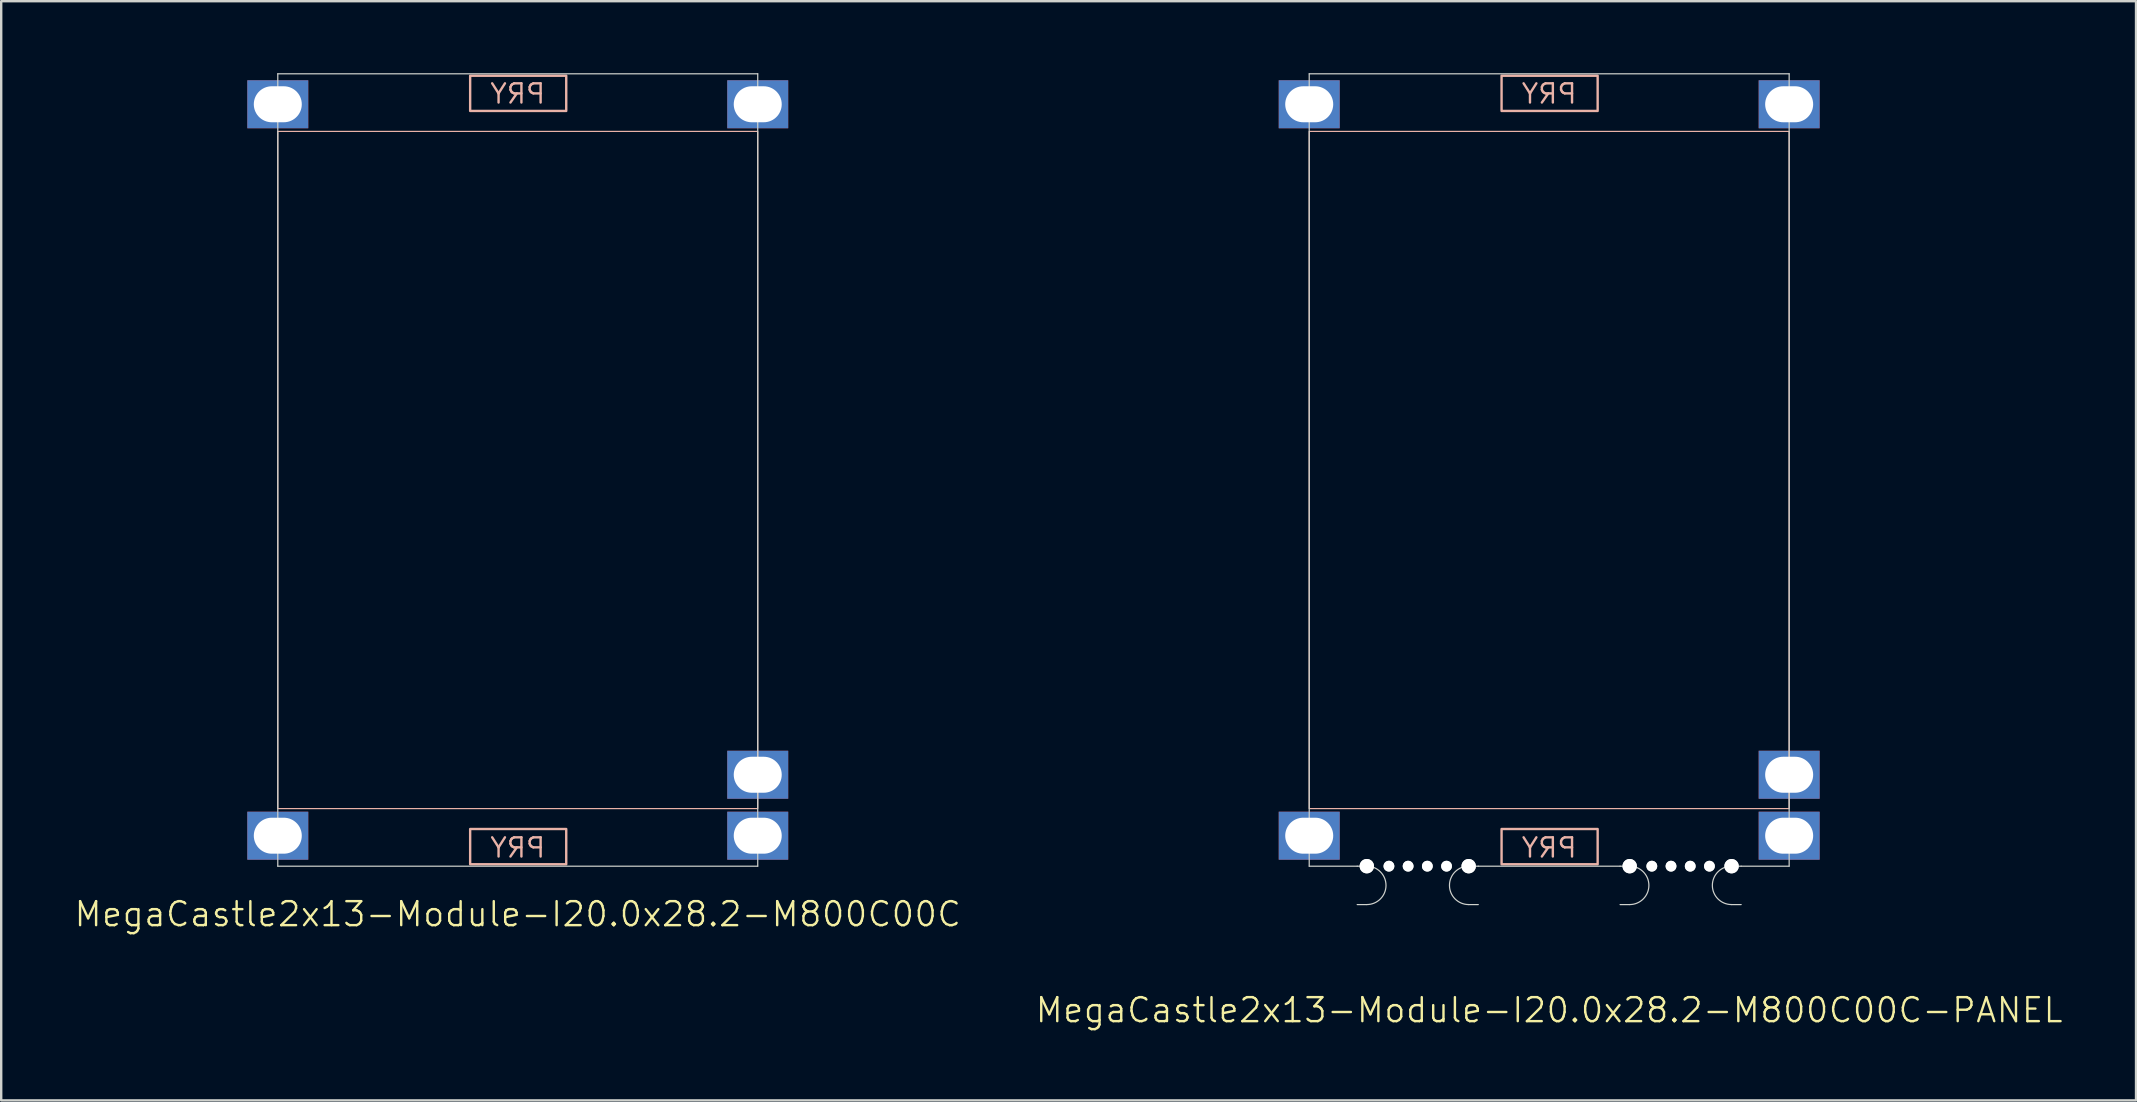
<source format=kicad_pcb>
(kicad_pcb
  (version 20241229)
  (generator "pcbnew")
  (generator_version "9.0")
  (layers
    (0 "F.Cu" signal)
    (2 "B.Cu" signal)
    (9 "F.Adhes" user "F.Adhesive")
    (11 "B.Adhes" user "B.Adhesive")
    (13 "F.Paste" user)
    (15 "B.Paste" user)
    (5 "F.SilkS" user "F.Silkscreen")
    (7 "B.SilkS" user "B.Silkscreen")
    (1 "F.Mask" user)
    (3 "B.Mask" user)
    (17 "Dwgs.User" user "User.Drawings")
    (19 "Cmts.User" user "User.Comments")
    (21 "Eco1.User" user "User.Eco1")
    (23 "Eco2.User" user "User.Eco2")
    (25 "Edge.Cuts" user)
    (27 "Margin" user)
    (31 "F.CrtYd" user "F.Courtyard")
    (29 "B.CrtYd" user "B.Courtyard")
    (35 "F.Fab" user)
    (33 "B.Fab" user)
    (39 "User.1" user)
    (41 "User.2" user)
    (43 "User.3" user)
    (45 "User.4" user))
  (footprint "MegaCastle2x13-Module-I20.0x28.2-M800C00C"
    (layer "F.Cu")
    (at 18.526 16.535)
    (property "Reference" "MegaCastle2x13-Module-I20.0x28.2-M800C00C" (at 0 18.51 0) (unlocked yes) (layer "F.SilkS") (effects (font (size 1 1) (thickness 0.1))))
    (attr smd)
    (fp_rect (start -10 14.11) (end 10 -14.11) (stroke (width 0.05) (type default)) (fill no) (layer "B.SilkS"))
    (fp_rect (start -1.984 -14.961) (end 2.02 -16.43) (stroke (width 0.1) (type default)) (fill no) (layer "B.SilkS"))
    (fp_rect (start -1.984 14.961) (end 2.02 16.43) (stroke (width 0.1) (type default)) (fill no) (layer "B.SilkS"))
    (fp_line (start -10 -16.51) (end -10 16.51) (stroke (width 0.05) (type default)) (layer "Edge.Cuts"))
    (fp_line (start -10 -16.51) (end 10 -16.51) (stroke (width 0.05) (type default)) (layer "Edge.Cuts"))
    (fp_line (start -10 16.51) (end 10 16.51) (stroke (width 0.05) (type default)) (layer "Edge.Cuts"))
    (fp_line (start 10 -16.51) (end 10 16.51) (stroke (width 0.05) (type default)) (layer "Edge.Cuts"))
    (fp_text user "PRY" (at 0 -15.21 0) (unlocked yes) (layer "B.SilkS") (effects (font (size 0.8 0.8) (thickness 0.1)) (justify bottom mirror)))
    (fp_text user "PRY" (at 0 16.21 0) (unlocked yes) (layer "B.SilkS") (effects (font (size 0.8 0.8) (thickness 0.1)) (justify bottom mirror)))
    (pad "1" thru_hole rect (at -10 -15.24) (size 2.54 2) (drill oval 2 1.5) (property pad_prop_castellated) (layers "*.Cu" "*.Mask"))
    (pad "13" thru_hole rect (at -10 15.24) (size 2.54 2) (drill oval 2 1.5) (property pad_prop_castellated) (layers "*.Cu" "*.Mask"))
    (pad "14" thru_hole rect (at 10 -15.24) (size 2.54 2) (drill oval 2 1.5) (property pad_prop_castellated) (layers "*.Cu" "*.Mask"))
    (pad "25" thru_hole rect (at 10 12.7) (size 2.54 2) (drill oval 2 1.5) (property pad_prop_castellated) (layers "*.Cu" "*.Mask"))
    (pad "26" thru_hole rect (at 10 15.24) (size 2.54 2) (drill oval 2 1.5) (property pad_prop_castellated) (layers "*.Cu" "*.Mask"))
    (zone (net_name "") (layer "B.Cu") (hatch edge 0.5) (connect_pads) (min_thickness 0.25) (filled_areas_thickness no) (keepout (tracks allowed) (vias allowed) (pads allowed) (copperpour allowed) (footprints not_allowed)) (placement (enabled no)) (fill) (polygon (pts (xy 8.526 33.045) (xy 8.526 0.025))))
    (zone (net_name "") (layer "B.Cu") (hatch edge 0.5) (connect_pads) (min_thickness 0.25) (filled_areas_thickness no) (keepout (tracks allowed) (vias allowed) (pads allowed) (copperpour allowed) (footprints not_allowed)) (placement (enabled no)) (fill) (polygon (pts (xy 28.526 33.045) (xy 28.526 0.025))))
    (zone (net_name "") (layer "B.Cu") (hatch edge 0.5) (connect_pads) (min_thickness 0.25) (filled_areas_thickness no) (keepout (tracks allowed) (vias allowed) (pads allowed) (copperpour allowed) (footprints not_allowed)) (placement (enabled no)) (fill) (polygon (pts (xy 8.526 0.025) (xy 8.526 2.425) (xy 28.526 2.425) (xy 28.526 0.025))))
    (zone (net_name "") (layer "B.Cu") (hatch edge 0.5) (connect_pads) (min_thickness 0.25) (filled_areas_thickness no) (keepout (tracks allowed) (vias allowed) (pads allowed) (copperpour allowed) (footprints not_allowed)) (placement (enabled no)) (fill) (polygon (pts (xy 8.526 33.045) (xy 8.526 30.645) (xy 28.526 30.645) (xy 28.526 33.045))))
    (zone (net_name "") (layer "B.Cu") (name "Upper Pry Zone") (hatch edge 0.5) (connect_pads) (min_thickness 0.25) (filled_areas_thickness no) (keepout (tracks not_allowed) (vias not_allowed) (pads not_allowed) (copperpour allowed) (footprints not_allowed)) (placement (enabled no)) (fill) (polygon (pts (xy 16.542 1.574) (xy 16.542 0.105) (xy 20.546 0.105) (xy 20.546 1.574))))
    (zone (net_name "") (layer "B.Cu") (name "Upper Pry Zone") (hatch edge 0.5) (connect_pads) (min_thickness 0.25) (filled_areas_thickness no) (keepout (tracks not_allowed) (vias not_allowed) (pads not_allowed) (copperpour allowed) (footprints not_allowed)) (placement (enabled no)) (fill) (polygon (pts (xy 16.542 31.496) (xy 16.542 32.965) (xy 20.546 32.965) (xy 20.546 31.496)))))
  (footprint "MegaCastle2x13-Module-I20.0x28.2-M800C00C-PANEL"
    (layer "F.Cu")
    (at 61.507 16.535)
    (property "Reference" "MegaCastle2x13-Module-I20.0x28.2-M800C00C-PANEL" (at 0 22.51 0) (unlocked yes) (layer "F.SilkS") (effects (font (size 1 1) (thickness 0.1))))
    (attr smd)
    (fp_rect (start -10 14.11) (end 10 -14.11) (stroke (width 0.05) (type default)) (fill no) (layer "B.SilkS"))
    (fp_rect (start -1.984 -14.961) (end 2.02 -16.43) (stroke (width 0.1) (type default)) (fill no) (layer "B.SilkS"))
    (fp_rect (start -1.984 14.961) (end 2.02 16.43) (stroke (width 0.1) (type default)) (fill no) (layer "B.SilkS"))
    (fp_line (start -10 -16.51) (end -10 16.51) (stroke (width 0.05) (type default)) (layer "Edge.Cuts"))
    (fp_line (start -10 -16.51) (end 10 -16.51) (stroke (width 0.05) (type default)) (layer "Edge.Cuts"))
    (fp_line (start -10 16.51) (end -8 16.51) (stroke (width 0.05) (type default)) (layer "Edge.Cuts"))
    (fp_line (start -8 16.51) (end -7.6 16.51) (stroke (width 0.05) (type default)) (layer "Edge.Cuts"))
    (fp_line (start -8 18.11) (end -7.6 18.11) (stroke (width 0.05) (type default)) (layer "Edge.Cuts"))
    (fp_line (start -2.955 16.51) (end -3.355 16.51) (stroke (width 0.05) (type default)) (layer "Edge.Cuts"))
    (fp_line (start -2.955 16.51) (end 2.955 16.51) (stroke (width 0.05) (type default)) (layer "Edge.Cuts"))
    (fp_line (start -2.955 18.11) (end -3.355 18.11) (stroke (width 0.05) (type default)) (layer "Edge.Cuts"))
    (fp_line (start 2.955 16.51) (end 3.355 16.51) (stroke (width 0.05) (type default)) (layer "Edge.Cuts"))
    (fp_line (start 2.955 18.11) (end 3.355 18.11) (stroke (width 0.05) (type default)) (layer "Edge.Cuts"))
    (fp_line (start 8 16.51) (end 7.6 16.51) (stroke (width 0.05) (type default)) (layer "Edge.Cuts"))
    (fp_line (start 8 16.51) (end 10 16.51) (stroke (width 0.05) (type default)) (layer "Edge.Cuts"))
    (fp_line (start 8 18.11) (end 7.6 18.11) (stroke (width 0.05) (type default)) (layer "Edge.Cuts"))
    (fp_line (start 10 -16.51) (end 10 16.51) (stroke (width 0.05) (type default)) (layer "Edge.Cuts"))
    (fp_arc (start -7.6 16.51) (mid -6.8 17.309999) (end -7.6 18.110001) (stroke (width 0.05) (type default)) (layer "Edge.Cuts"))
    (fp_arc (start -3.355 18.110001) (mid -4.155 17.310001) (end -3.355 16.51) (stroke (width 0.05) (type default)) (layer "Edge.Cuts"))
    (fp_arc (start 3.355 16.51) (mid 4.155 17.309999) (end 3.355 18.110001) (stroke (width 0.05) (type default)) (layer "Edge.Cuts"))
    (fp_arc (start 7.6 18.110001) (mid 6.799999 17.31) (end 7.6 16.51) (stroke (width 0.05) (type default)) (layer "Edge.Cuts"))
    (fp_text user "PRY" (at 0 -15.21 0) (unlocked yes) (layer "B.SilkS") (effects (font (size 0.8 0.8) (thickness 0.1)) (justify bottom mirror)))
    (fp_text user "PRY" (at 0 16.21 0) (unlocked yes) (layer "B.SilkS") (effects (font (size 0.8 0.8) (thickness 0.1)) (justify bottom mirror)))
    (pad "" np_thru_hole circle (at -7.6 16.51) (size 0.6 0.6) (drill 0.6) (layers "*.Cu" "Edge.Cuts"))
    (pad "" np_thru_hole circle (at -6.678 16.51) (size 0.45 0.45) (drill 0.45) (layers "*.Cu" "Edge.Cuts"))
    (pad "" np_thru_hole circle (at -5.878 16.51) (size 0.45 0.45) (drill 0.45) (layers "*.Cu" "Edge.Cuts"))
    (pad "" np_thru_hole circle (at -5.077 16.51) (size 0.45 0.45) (drill 0.45) (layers "*.Cu" "Edge.Cuts"))
    (pad "" np_thru_hole circle (at -4.277 16.51) (size 0.45 0.45) (drill 0.45) (layers "*.Cu" "Edge.Cuts"))
    (pad "" np_thru_hole circle (at -3.355 16.51) (size 0.6 0.6) (drill 0.6) (layers "*.Cu" "Edge.Cuts"))
    (pad "" np_thru_hole circle (at 3.355 16.51) (size 0.6 0.6) (drill 0.6) (layers "*.Cu" "Edge.Cuts"))
    (pad "" np_thru_hole circle (at 4.277 16.51) (size 0.45 0.45) (drill 0.45) (layers "*.Cu" "Edge.Cuts"))
    (pad "" np_thru_hole circle (at 5.077 16.51) (size 0.45 0.45) (drill 0.45) (layers "*.Cu" "Edge.Cuts"))
    (pad "" np_thru_hole circle (at 5.878 16.51) (size 0.45 0.45) (drill 0.45) (layers "*.Cu" "Edge.Cuts"))
    (pad "" np_thru_hole circle (at 6.678 16.51) (size 0.45 0.45) (drill 0.45) (layers "*.Cu" "Edge.Cuts"))
    (pad "" np_thru_hole circle (at 7.6 16.51) (size 0.6 0.6) (drill 0.6) (layers "*.Cu" "Edge.Cuts"))
    (pad "1" thru_hole rect (at -10 -15.24) (size 2.54 2) (drill oval 2 1.5) (property pad_prop_castellated) (layers "*.Cu" "*.Mask"))
    (pad "13" thru_hole rect (at -10 15.24) (size 2.54 2) (drill oval 2 1.5) (property pad_prop_castellated) (layers "*.Cu" "*.Mask"))
    (pad "14" thru_hole rect (at 10 -15.24) (size 2.54 2) (drill oval 2 1.5) (property pad_prop_castellated) (layers "*.Cu" "*.Mask"))
    (pad "25" thru_hole rect (at 10 12.7) (size 2.54 2) (drill oval 2 1.5) (property pad_prop_castellated) (layers "*.Cu" "*.Mask"))
    (pad "26" thru_hole rect (at 10 15.24) (size 2.54 2) (drill oval 2 1.5) (property pad_prop_castellated) (layers "*.Cu" "*.Mask"))
    (zone (net_name "") (layer "B.Cu") (hatch edge 0.5) (connect_pads) (min_thickness 0.25) (filled_areas_thickness no) (keepout (tracks allowed) (vias allowed) (pads allowed) (copperpour allowed) (footprints not_allowed)) (placement (enabled no)) (fill) (polygon (pts (xy 51.507 33.045) (xy 51.507 0.025))))
    (zone (net_name "") (layer "B.Cu") (hatch edge 0.5) (connect_pads) (min_thickness 0.25) (filled_areas_thickness no) (keepout (tracks allowed) (vias allowed) (pads allowed) (copperpour allowed) (footprints not_allowed)) (placement (enabled no)) (fill) (polygon (pts (xy 71.507 33.045) (xy 71.507 0.025))))
    (zone (net_name "") (layer "B.Cu") (hatch edge 0.5) (connect_pads) (min_thickness 0.25) (filled_areas_thickness no) (keepout (tracks allowed) (vias allowed) (pads allowed) (copperpour allowed) (footprints not_allowed)) (placement (enabled no)) (fill) (polygon (pts (xy 51.507 0.025) (xy 51.507 2.425) (xy 71.507 2.425) (xy 71.507 0.025))))
    (zone (net_name "") (layer "B.Cu") (hatch edge 0.5) (connect_pads) (min_thickness 0.25) (filled_areas_thickness no) (keepout (tracks allowed) (vias allowed) (pads allowed) (copperpour allowed) (footprints not_allowed)) (placement (enabled no)) (fill) (polygon (pts (xy 51.507 33.045) (xy 51.507 30.645) (xy 71.507 30.645) (xy 71.507 33.045))))
    (zone (net_name "") (layer "B.Cu") (name "Upper Pry Zone") (hatch edge 0.5) (connect_pads) (min_thickness 0.25) (filled_areas_thickness no) (keepout (tracks not_allowed) (vias not_allowed) (pads not_allowed) (copperpour allowed) (footprints not_allowed)) (placement (enabled no)) (fill) (polygon (pts (xy 59.523 1.574) (xy 59.523 0.105) (xy 63.527 0.105) (xy 63.527 1.574))))
    (zone (net_name "") (layer "B.Cu") (name "Upper Pry Zone") (hatch edge 0.5) (connect_pads) (min_thickness 0.25) (filled_areas_thickness no) (keepout (tracks not_allowed) (vias not_allowed) (pads not_allowed) (copperpour allowed) (footprints not_allowed)) (placement (enabled no)) (fill) (polygon (pts (xy 59.523 31.496) (xy 59.523 32.965) (xy 63.527 32.965) (xy 63.527 31.496)))))
  (gr_rect
    (start -3 -3)
    (end 85.962 42.806)
    (stroke (width 0.1) (type default))
    (fill no)
    (layer "Edge.Cuts")))
</source>
